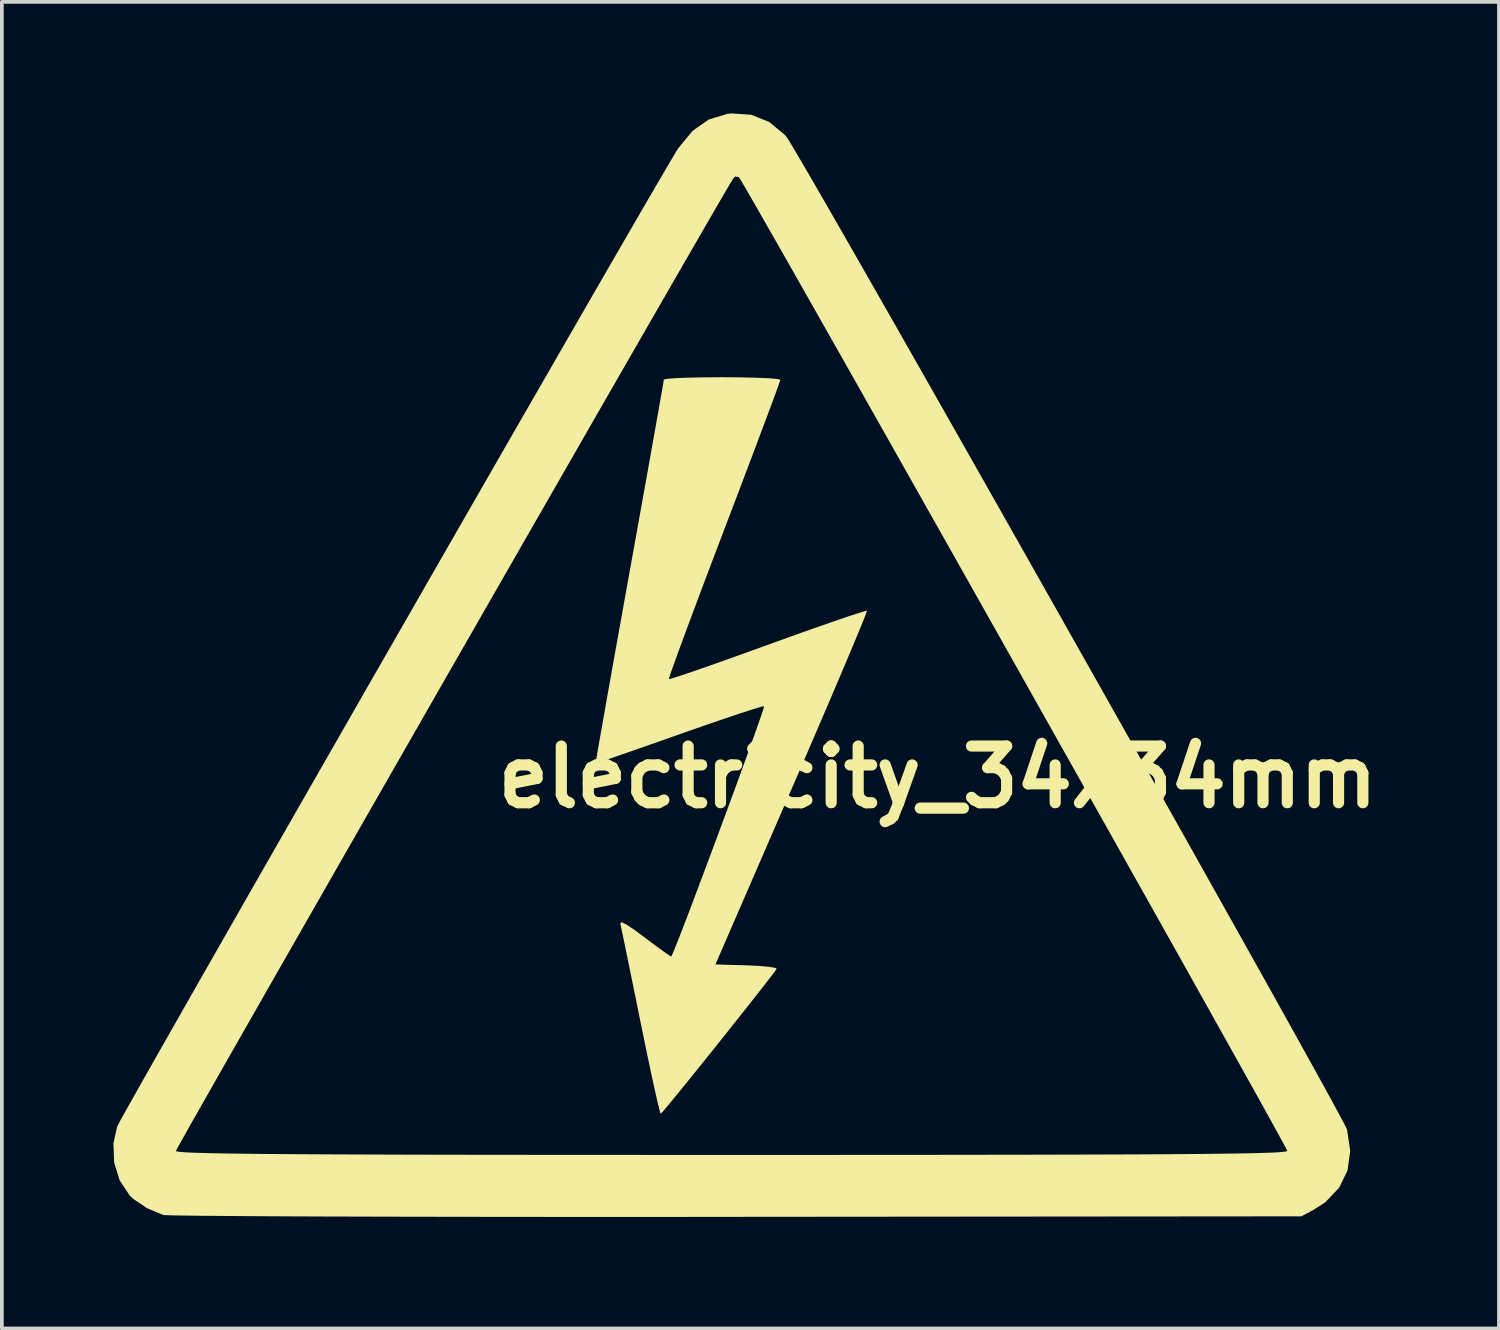
<source format=kicad_pcb>
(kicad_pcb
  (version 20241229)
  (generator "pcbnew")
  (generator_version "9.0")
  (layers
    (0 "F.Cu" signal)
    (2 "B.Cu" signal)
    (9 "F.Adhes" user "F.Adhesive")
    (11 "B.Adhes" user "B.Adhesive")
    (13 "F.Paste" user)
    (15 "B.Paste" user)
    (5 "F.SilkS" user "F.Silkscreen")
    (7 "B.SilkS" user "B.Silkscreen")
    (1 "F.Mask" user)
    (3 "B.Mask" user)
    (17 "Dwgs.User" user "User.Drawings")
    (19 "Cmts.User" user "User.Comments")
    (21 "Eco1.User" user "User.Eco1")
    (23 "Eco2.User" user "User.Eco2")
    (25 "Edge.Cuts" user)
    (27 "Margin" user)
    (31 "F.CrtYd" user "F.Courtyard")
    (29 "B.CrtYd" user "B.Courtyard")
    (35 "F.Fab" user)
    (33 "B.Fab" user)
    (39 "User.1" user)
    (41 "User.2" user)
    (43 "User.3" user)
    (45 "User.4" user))
  (footprint "electricity_34x34mm"
    (layer "F.Cu")
    (at 16.579 14.798)
    (property "Reference" "electricity_34x34mm" (at 5.588 3.048 0) (layer "F.SilkS") (effects (font (size 1.524 1.524) (thickness 0.3))))
    (attr board_only exclude_from_pos_files exclude_from_bom)
    (fp_poly (pts (xy 0.282 -7.701) (xy 0.712 -7.691) (xy 1.052 -7.676) (xy 1.275 -7.657) (xy 1.355 -7.635) (xy 1.325 -7.544) (xy 1.241 -7.311) (xy 1.108 -6.95) (xy 0.931 -6.477) (xy 0.717 -5.907) (xy 0.471 -5.255) (xy 0.199 -4.536) (xy -0.094 -3.767) (xy -0.16 -3.592) (xy -0.456 -2.815) (xy -0.731 -2.087) (xy -0.98 -1.423) (xy -1.198 -0.838) (xy -1.379 -0.347) (xy -1.517 0.034) (xy -1.608 0.291) (xy -1.644 0.409) (xy -1.644 0.414) (xy -1.56 0.394) (xy -1.336 0.323) (xy -0.99 0.206) (xy -0.542 0.05) (xy -0.01 -0.139) (xy 0.587 -0.353) (xy 1.016 -0.508) (xy 1.646 -0.736) (xy 2.225 -0.942) (xy 2.732 -1.119) (xy 3.15 -1.262) (xy 3.46 -1.364) (xy 3.642 -1.419) (xy 3.683 -1.425) (xy 3.657 -1.343) (xy 3.569 -1.119) (xy 3.424 -0.767) (xy 3.229 -0.3) (xy 2.989 0.269) (xy 2.709 0.926) (xy 2.396 1.657) (xy 2.055 2.449) (xy 1.691 3.289) (xy 1.665 3.349) (xy -0.391 8.086) (xy 0.446 8.11) (xy 0.795 8.126) (xy 1.067 8.152) (xy 1.227 8.182) (xy 1.255 8.203) (xy 1.195 8.289) (xy 1.047 8.484) (xy 0.825 8.769) (xy 0.547 9.123) (xy 0.228 9.525) (xy -0.115 9.957) (xy -0.467 10.398) (xy -0.812 10.827) (xy -1.133 11.225) (xy -1.415 11.572) (xy -1.641 11.847) (xy -1.795 12.031) (xy -1.862 12.103) (xy -1.863 12.103) (xy -1.889 12.024) (xy -1.945 11.8) (xy -2.024 11.45) (xy -2.123 10.995) (xy -2.237 10.455) (xy -2.361 9.851) (xy -2.406 9.631) (xy -2.534 8.999) (xy -2.653 8.416) (xy -2.758 7.903) (xy -2.844 7.484) (xy -2.908 7.179) (xy -2.944 7.012) (xy -2.949 6.992) (xy -2.922 6.949) (xy -2.791 7.008) (xy -2.546 7.172) (xy -2.305 7.352) (xy -2.015 7.57) (xy -1.777 7.743) (xy -1.623 7.85) (xy -1.581 7.874) (xy -1.543 7.798) (xy -1.454 7.582) (xy -1.322 7.248) (xy -1.155 6.814) (xy -0.96 6.3) (xy -0.745 5.728) (xy -0.516 5.116) (xy -0.281 4.485) (xy -0.048 3.855) (xy 0.176 3.246) (xy 0.383 2.677) (xy 0.567 2.168) (xy 0.719 1.741) (xy 0.833 1.414) (xy 0.901 1.208) (xy 0.916 1.142) (xy 0.83 1.16) (xy 0.605 1.228) (xy 0.262 1.339) (xy -0.178 1.487) (xy -0.696 1.665) (xy -1.271 1.866) (xy -1.359 1.897) (xy -1.939 2.102) (xy -2.464 2.286) (xy -2.914 2.442) (xy -3.269 2.565) (xy -3.507 2.645) (xy -3.609 2.678) (xy -3.612 2.678) (xy -3.6 2.595) (xy -3.56 2.36) (xy -3.495 1.986) (xy -3.407 1.489) (xy -3.3 0.882) (xy -3.175 0.18) (xy -3.035 -0.603) (xy -2.882 -1.453) (xy -2.72 -2.355) (xy -2.702 -2.455) (xy -2.538 -3.364) (xy -2.384 -4.224) (xy -2.241 -5.019) (xy -2.113 -5.737) (xy -2.002 -6.361) (xy -1.91 -6.878) (xy -1.841 -7.273) (xy -1.796 -7.531) (xy -1.778 -7.639) (xy -1.778 -7.641) (xy -1.698 -7.661) (xy -1.475 -7.679) (xy -1.135 -7.692) (xy -0.704 -7.701) (xy -0.212 -7.705)) (stroke (width 0) (type solid)) (fill yes) (layer "F.SilkS"))
    (fp_poly (pts (xy 0.569 -14.762) (xy 1.055 -14.568) (xy 1.471 -14.225) (xy 1.517 -14.171) (xy 1.59 -14.061) (xy 1.739 -13.812) (xy 1.961 -13.435) (xy 2.25 -12.938) (xy 2.601 -12.33) (xy 3.008 -11.621) (xy 3.467 -10.82) (xy 3.972 -9.935) (xy 4.519 -8.976) (xy 5.101 -7.953) (xy 5.714 -6.873) (xy 6.353 -5.747) (xy 7.012 -4.583) (xy 7.687 -3.391) (xy 8.372 -2.18) (xy 9.062 -0.958) (xy 9.752 0.264) (xy 10.437 1.479) (xy 11.112 2.676) (xy 11.771 3.847) (xy 12.409 4.982) (xy 13.021 6.073) (xy 13.603 7.11) (xy 14.148 8.084) (xy 14.652 8.986) (xy 15.109 9.807) (xy 15.515 10.538) (xy 15.864 11.169) (xy 16.151 11.692) (xy 16.371 12.097) (xy 16.519 12.376) (xy 16.589 12.518) (xy 16.594 12.531) (xy 16.679 13.1) (xy 16.606 13.626) (xy 16.38 14.091) (xy 16.009 14.48) (xy 15.706 14.677) (xy 15.367 14.859) (xy 0.169 14.873) (xy -1.425 14.875) (xy -2.975 14.875) (xy -4.473 14.875) (xy -5.909 14.874) (xy -7.276 14.872) (xy -8.564 14.87) (xy -9.765 14.867) (xy -10.87 14.864) (xy -11.871 14.86) (xy -12.759 14.855) (xy -13.526 14.85) (xy -14.162 14.845) (xy -14.66 14.839) (xy -15.01 14.833) (xy -15.204 14.826) (xy -15.241 14.823) (xy -15.672 14.642) (xy -16.039 14.396) (xy -16.146 14.294) (xy -16.412 13.892) (xy -16.56 13.41) (xy -16.571 13.102) (xy -14.9 13.102) (xy -14.87 13.116) (xy -14.776 13.128) (xy -14.61 13.14) (xy -14.368 13.15) (xy -14.042 13.159) (xy -13.627 13.168) (xy -13.116 13.175) (xy -12.503 13.182) (xy -11.781 13.187) (xy -10.945 13.192) (xy -9.987 13.196) (xy -8.903 13.2) (xy -7.685 13.203) (xy -6.327 13.205) (xy -4.823 13.206) (xy -3.167 13.207) (xy -1.352 13.208) (xy 0.042 13.208) (xy 1.965 13.208) (xy 3.725 13.207) (xy 5.329 13.206) (xy 6.782 13.204) (xy 8.092 13.202) (xy 9.265 13.199) (xy 10.307 13.196) (xy 11.225 13.192) (xy 12.025 13.187) (xy 12.714 13.181) (xy 13.298 13.174) (xy 13.783 13.167) (xy 14.176 13.158) (xy 14.484 13.149) (xy 14.712 13.139) (xy 14.867 13.127) (xy 14.957 13.114) (xy 14.986 13.1) (xy 14.986 13.1) (xy 14.945 13.017) (xy 14.826 12.797) (xy 14.634 12.446) (xy 14.374 11.976) (xy 14.051 11.395) (xy 13.67 10.712) (xy 13.236 9.936) (xy 12.755 9.076) (xy 12.232 8.141) (xy 11.671 7.141) (xy 11.078 6.085) (xy 10.458 4.981) (xy 9.816 3.838) (xy 9.157 2.667) (xy 8.486 1.475) (xy 7.809 0.272) (xy 7.131 -0.933) (xy 6.456 -2.131) (xy 5.79 -3.312) (xy 5.137 -4.468) (xy 4.504 -5.59) (xy 3.895 -6.669) (xy 3.315 -7.695) (xy 2.769 -8.659) (xy 2.263 -9.552) (xy 1.801 -10.366) (xy 1.39 -11.091) (xy 1.032 -11.717) (xy 0.735 -12.237) (xy 0.503 -12.641) (xy 0.341 -12.919) (xy 0.255 -13.063) (xy 0.242 -13.081) (xy 0.139 -13.103) (xy 0.081 -13.039) (xy -0.018 -12.873) (xy -0.192 -12.576) (xy -0.437 -12.155) (xy -0.746 -11.62) (xy -1.116 -10.98) (xy -1.54 -10.244) (xy -2.015 -9.42) (xy -2.533 -8.519) (xy -3.092 -7.548) (xy -3.684 -6.518) (xy -4.305 -5.436) (xy -4.95 -4.312) (xy -5.614 -3.156) (xy -6.291 -1.975) (xy -6.977 -0.779) (xy -7.666 0.422) (xy -8.352 1.621) (xy -9.032 2.808) (xy -9.699 3.973) (xy -10.349 5.108) (xy -10.976 6.205) (xy -11.575 7.253) (xy -12.142 8.244) (xy -12.67 9.169) (xy -13.154 10.018) (xy -13.591 10.784) (xy -13.973 11.456) (xy -14.297 12.026) (xy -14.557 12.484) (xy -14.747 12.823) (xy -14.863 13.032) (xy -14.9 13.102) (xy -16.571 13.102) (xy -16.579 12.897) (xy -16.479 12.446) (xy -16.427 12.345) (xy -16.296 12.107) (xy -16.09 11.74) (xy -15.816 11.254) (xy -15.479 10.658) (xy -15.082 9.96) (xy -14.633 9.17) (xy -14.136 8.297) (xy -13.595 7.351) (xy -13.018 6.339) (xy -12.408 5.272) (xy -11.771 4.159) (xy -11.112 3.008) (xy -10.436 1.828) (xy -9.75 0.629) (xy -9.056 -0.579) (xy -8.362 -1.789) (xy -7.673 -2.991) (xy -6.992 -4.176) (xy -6.327 -5.334) (xy -5.681 -6.457) (xy -5.06 -7.535) (xy -4.47 -8.56) (xy -3.916 -9.522) (xy -3.402 -10.413) (xy -2.934 -11.222) (xy -2.518 -11.941) (xy -2.157 -12.562) (xy -1.859 -13.073) (xy -1.628 -13.468) (xy -1.469 -13.736) (xy -1.39 -13.863) (xy -1.007 -14.328) (xy -0.569 -14.635) (xy -0.07 -14.787) (xy 0.035 -14.798)) (stroke (width 0) (type solid)) (fill yes) (layer "F.SilkS")))
  (gr_rect
    (start -3 -3)
    (end 37.257 32.673)
    (stroke (width 0.1) (type default))
    (fill no)
    (layer "Edge.Cuts")))
</source>
